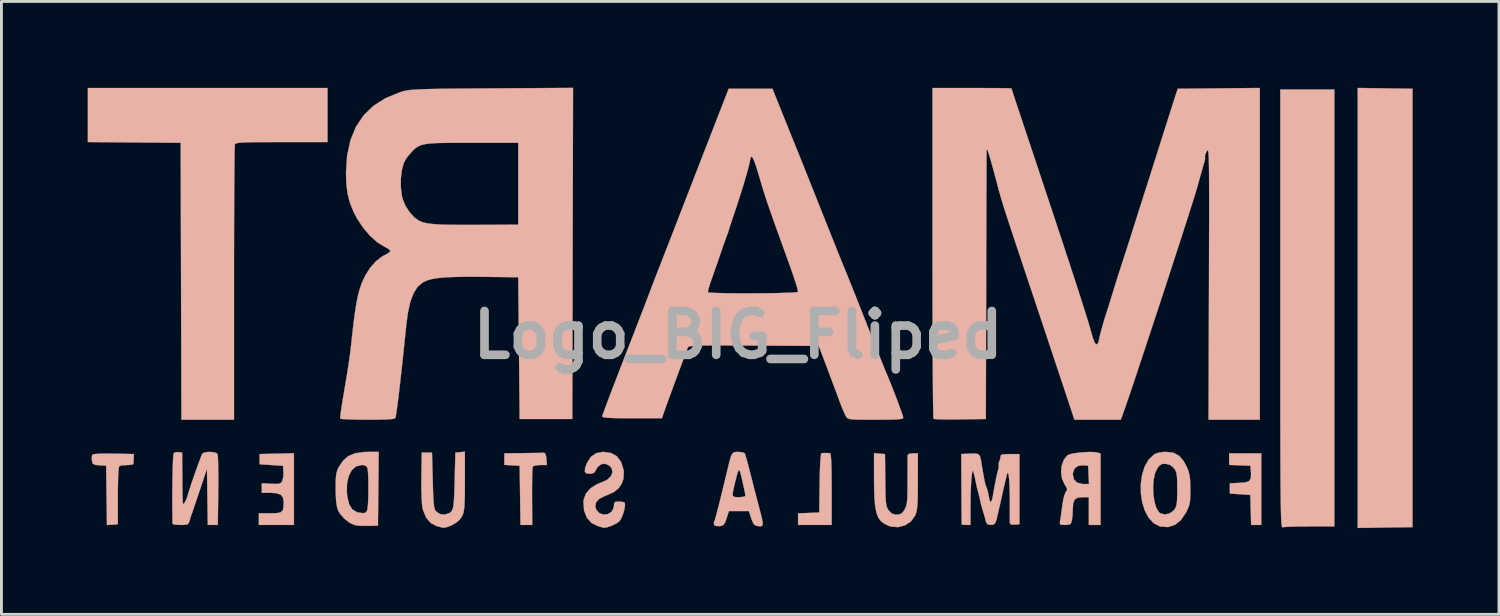
<source format=kicad_pcb>
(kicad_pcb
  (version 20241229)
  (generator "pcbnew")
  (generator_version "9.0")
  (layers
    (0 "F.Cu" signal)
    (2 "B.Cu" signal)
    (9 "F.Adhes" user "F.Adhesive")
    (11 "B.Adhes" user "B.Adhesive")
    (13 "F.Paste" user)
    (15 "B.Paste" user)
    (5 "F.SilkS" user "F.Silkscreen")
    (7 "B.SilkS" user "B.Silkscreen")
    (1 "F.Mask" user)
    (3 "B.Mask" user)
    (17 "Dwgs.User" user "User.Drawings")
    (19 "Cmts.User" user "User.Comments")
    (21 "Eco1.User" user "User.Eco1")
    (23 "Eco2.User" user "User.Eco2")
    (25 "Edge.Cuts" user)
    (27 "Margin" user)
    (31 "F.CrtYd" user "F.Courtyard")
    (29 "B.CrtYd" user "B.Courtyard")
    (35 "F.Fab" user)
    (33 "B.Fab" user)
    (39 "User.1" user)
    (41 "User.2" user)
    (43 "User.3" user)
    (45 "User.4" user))
  (footprint "Logo_BIG_Fliped"
    (layer "F.Cu")
    (at 22.611 8.595)
    (property "Reference" "Logo_BIG_Fliped" (at 0 0 0) (layer "F.Fab") (effects (font (size 1.524 1.524) (thickness 0.3))))
    (attr smd)
    (fp_poly (pts (xy 23.444 -8.56) (xy 23.444 6.68) (xy 22.492 6.694) (xy 21.539 6.708) (xy 21.539 -8.587) (xy 23.444 -8.56)) (stroke (width 0.01) (type solid)) (fill yes) (layer "B.SilkS"))
    (fp_poly (pts (xy 18.186 6.604) (xy 17.834 6.604) (xy 17.805 5.563) (xy 17.094 5.512) (xy 17.094 5.156) (xy 17.437 5.141) (xy 17.643 5.123) (xy 17.765 5.077) (xy 17.822 4.985) (xy 17.83 4.827) (xy 17.822 4.719) (xy 17.805 4.547) (xy 17.069 4.517) (xy 17.069 4.115) (xy 18.186 4.115) (xy 18.186 6.604)) (stroke (width 0.01) (type solid)) (fill yes) (layer "B.SilkS"))
    (fp_poly (pts (xy 3.158 4.106) (xy 3.2 4.109) (xy 3.218 4.161) (xy 3.231 4.31) (xy 3.242 4.55) (xy 3.248 4.877) (xy 3.251 5.286) (xy 3.251 5.359) (xy 3.251 6.604) (xy 2.083 6.604) (xy 2.083 6.202) (xy 2.451 6.187) (xy 2.819 6.172) (xy 2.833 5.144) (xy 2.84 4.79) (xy 2.851 4.5) (xy 2.865 4.283) (xy 2.881 4.15) (xy 2.897 4.109) (xy 2.986 4.104) (xy 3.048 4.104) (xy 3.158 4.106)) (stroke (width 0.01) (type solid)) (fill yes) (layer "B.SilkS"))
    (fp_poly (pts (xy -6.697 4.138) (xy -6.668 4.267) (xy -6.665 4.305) (xy -6.649 4.521) (xy -6.877 4.521) (xy -7.022 4.532) (xy -7.12 4.559) (xy -7.138 4.574) (xy -7.148 4.639) (xy -7.156 4.789) (xy -7.162 5.007) (xy -7.165 5.278) (xy -7.165 5.584) (xy -7.165 5.615) (xy -7.159 6.604) (xy -7.567 6.604) (xy -7.581 5.575) (xy -7.595 4.547) (xy -8.128 4.516) (xy -8.128 4.115) (xy -7.468 4.107) (xy -7.215 4.104) (xy -6.996 4.101) (xy -6.834 4.097) (xy -6.748 4.095) (xy -6.744 4.094) (xy -6.697 4.138)) (stroke (width 0.01) (type solid)) (fill yes) (layer "B.SilkS"))
    (fp_poly (pts (xy -21.713 4.126) (xy -21.006 4.14) (xy -21.013 4.293) (xy -21.02 4.414) (xy -21.026 4.483) (xy -21.075 4.507) (xy -21.191 4.52) (xy -21.247 4.522) (xy -21.393 4.531) (xy -21.497 4.552) (xy -21.514 4.56) (xy -21.532 4.623) (xy -21.546 4.778) (xy -21.557 5.014) (xy -21.563 5.32) (xy -21.565 5.588) (xy -21.565 6.579) (xy -21.943 6.61) (xy -21.971 4.547) (xy -22.207 4.531) (xy -22.352 4.516) (xy -22.426 4.483) (xy -22.457 4.412) (xy -22.465 4.367) (xy -22.47 4.243) (xy -22.453 4.165) (xy -22.387 4.142) (xy -22.225 4.128) (xy -21.973 4.123) (xy -21.713 4.126)) (stroke (width 0.01) (type solid)) (fill yes) (layer "B.SilkS"))
    (fp_poly (pts (xy -15.443 6.604) (xy -16.662 6.604) (xy -16.662 6.198) (xy -16.262 6.198) (xy -16.044 6.193) (xy -15.909 6.168) (xy -15.836 6.107) (xy -15.806 5.992) (xy -15.799 5.808) (xy -15.799 5.808) (xy -15.824 5.65) (xy -15.906 5.55) (xy -16.061 5.499) (xy -16.26 5.486) (xy -16.561 5.486) (xy -16.561 5.156) (xy -16.235 5.173) (xy -16.054 5.179) (xy -15.946 5.167) (xy -15.885 5.133) (xy -15.851 5.082) (xy -15.817 4.963) (xy -15.807 4.802) (xy -15.809 4.761) (xy -15.824 4.547) (xy -16.637 4.496) (xy -16.637 4.14) (xy -16.04 4.126) (xy -15.443 4.112) (xy -15.443 6.604)) (stroke (width 0.01) (type solid)) (fill yes) (layer "B.SilkS"))
    (fp_poly (pts (xy 20.726 6.655) (xy 19.867 6.655) (xy 19.577 6.657) (xy 19.319 6.661) (xy 19.111 6.669) (xy 18.973 6.678) (xy 18.927 6.686) (xy 18.916 6.683) (xy 18.906 6.665) (xy 18.898 6.625) (xy 18.89 6.56) (xy 18.882 6.464) (xy 18.876 6.333) (xy 18.871 6.162) (xy 18.866 5.947) (xy 18.862 5.683) (xy 18.858 5.365) (xy 18.855 4.988) (xy 18.853 4.548) (xy 18.851 4.04) (xy 18.85 3.46) (xy 18.848 2.802) (xy 18.848 2.063) (xy 18.847 1.237) (xy 18.847 0.319) (xy 18.847 -0.694) (xy 18.847 -0.909) (xy 18.847 -8.534) (xy 20.726 -8.534) (xy 20.726 6.655)) (stroke (width 0.01) (type solid)) (fill yes) (layer "B.SilkS"))
    (fp_poly (pts (xy -14.275 -6.706) (xy -15.87 -6.706) (xy -16.319 -6.705) (xy -16.677 -6.703) (xy -16.954 -6.7) (xy -17.16 -6.694) (xy -17.306 -6.685) (xy -17.403 -6.673) (xy -17.461 -6.657) (xy -17.489 -6.637) (xy -17.495 -6.625) (xy -17.5 -6.564) (xy -17.504 -6.408) (xy -17.508 -6.165) (xy -17.512 -5.842) (xy -17.515 -5.446) (xy -17.518 -4.985) (xy -17.521 -4.465) (xy -17.523 -3.894) (xy -17.524 -3.278) (xy -17.526 -2.626) (xy -17.526 -1.945) (xy -17.526 -1.799) (xy -17.526 2.946) (xy -19.354 2.946) (xy -19.367 -1.867) (xy -19.38 -6.68) (xy -22.606 -6.707) (xy -22.606 -8.585) (xy -14.275 -8.585) (xy -14.275 -6.706)) (stroke (width 0.01) (type solid)) (fill yes) (layer "B.SilkS"))
    (fp_poly (pts (xy -9.5 5.02) (xy -9.501 5.401) (xy -9.505 5.696) (xy -9.514 5.918) (xy -9.531 6.082) (xy -9.557 6.204) (xy -9.595 6.296) (xy -9.646 6.375) (xy -9.696 6.436) (xy -9.811 6.531) (xy -9.967 6.619) (xy -10.127 6.682) (xy -10.25 6.702) (xy -10.262 6.7) (xy -10.323 6.685) (xy -10.442 6.654) (xy -10.479 6.644) (xy -10.685 6.539) (xy -10.847 6.349) (xy -10.956 6.086) (xy -10.973 6.017) (xy -10.99 5.879) (xy -11.004 5.664) (xy -11.012 5.396) (xy -11.014 5.098) (xy -11.012 4.928) (xy -10.998 4.089) (xy -10.643 4.089) (xy -10.617 5.062) (xy -10.607 5.405) (xy -10.597 5.661) (xy -10.584 5.845) (xy -10.568 5.972) (xy -10.546 6.057) (xy -10.518 6.113) (xy -10.495 6.142) (xy -10.354 6.23) (xy -10.184 6.244) (xy -10.026 6.185) (xy -9.977 6.142) (xy -9.943 6.094) (xy -9.917 6.029) (xy -9.898 5.93) (xy -9.883 5.784) (xy -9.871 5.574) (xy -9.861 5.287) (xy -9.855 5.062) (xy -9.83 4.089) (xy -9.5 4.058) (xy -9.5 5.02)) (stroke (width 0.01) (type solid)) (fill yes) (layer "B.SilkS"))
    (fp_poly (pts (xy -12.522 6.629) (xy -12.852 6.637) (xy -13.05 6.636) (xy -13.225 6.626) (xy -13.323 6.612) (xy -13.512 6.528) (xy -13.7 6.379) (xy -13.853 6.197) (xy -13.903 6.106) (xy -13.948 5.97) (xy -13.976 5.782) (xy -13.99 5.524) (xy -13.99 5.478) (xy -13.602 5.478) (xy -13.587 5.624) (xy -13.522 5.887) (xy -13.411 6.065) (xy -13.244 6.164) (xy -13.049 6.194) (xy -12.95 6.178) (xy -12.9 6.103) (xy -12.884 6.039) (xy -12.87 5.912) (xy -12.86 5.717) (xy -12.855 5.48) (xy -12.854 5.229) (xy -12.858 4.99) (xy -12.867 4.79) (xy -12.88 4.658) (xy -12.884 4.636) (xy -12.929 4.555) (xy -13.025 4.524) (xy -13.092 4.521) (xy -13.28 4.567) (xy -13.431 4.698) (xy -13.538 4.901) (xy -13.597 5.165) (xy -13.602 5.478) (xy -13.99 5.478) (xy -13.992 5.359) (xy -13.991 5.099) (xy -13.981 4.914) (xy -13.959 4.78) (xy -13.922 4.671) (xy -13.886 4.597) (xy -13.732 4.367) (xy -13.549 4.209) (xy -13.317 4.112) (xy -13.019 4.069) (xy -12.844 4.064) (xy -12.495 4.064) (xy -12.522 6.629)) (stroke (width 0.01) (type solid)) (fill yes) (layer "B.SilkS"))
    (fp_poly (pts (xy 5.105 4.14) (xy 5.115 5.042) (xy 5.119 5.369) (xy 5.125 5.611) (xy 5.135 5.784) (xy 5.15 5.905) (xy 5.173 5.99) (xy 5.206 6.056) (xy 5.232 6.096) (xy 5.341 6.208) (xy 5.472 6.247) (xy 5.51 6.248) (xy 5.635 6.231) (xy 5.724 6.161) (xy 5.784 6.071) (xy 5.824 5.995) (xy 5.852 5.91) (xy 5.871 5.798) (xy 5.882 5.642) (xy 5.887 5.422) (xy 5.889 5.122) (xy 5.889 5.068) (xy 5.889 4.785) (xy 5.89 4.536) (xy 5.89 4.339) (xy 5.891 4.213) (xy 5.891 4.178) (xy 5.939 4.133) (xy 6.063 4.115) (xy 6.071 4.115) (xy 6.248 4.115) (xy 6.247 5.093) (xy 6.246 5.443) (xy 6.241 5.708) (xy 6.232 5.904) (xy 6.217 6.049) (xy 6.195 6.158) (xy 6.165 6.248) (xy 6.15 6.283) (xy 6.008 6.481) (xy 5.805 6.616) (xy 5.565 6.68) (xy 5.316 6.662) (xy 5.246 6.64) (xy 5.089 6.568) (xy 4.966 6.475) (xy 4.873 6.35) (xy 4.807 6.179) (xy 4.763 5.95) (xy 4.738 5.651) (xy 4.727 5.27) (xy 4.725 5.039) (xy 4.724 4.109) (xy 5.105 4.14)) (stroke (width 0.01) (type solid)) (fill yes) (layer "B.SilkS"))
    (fp_poly (pts (xy 12.387 4.072) (xy 12.466 4.083) (xy 12.598 4.117) (xy 12.598 6.604) (xy 12.192 6.604) (xy 12.192 5.639) (xy 11.965 5.639) (xy 11.799 5.657) (xy 11.698 5.723) (xy 11.647 5.853) (xy 11.633 6.061) (xy 11.626 6.244) (xy 11.607 6.413) (xy 11.601 6.445) (xy 11.571 6.548) (xy 11.513 6.593) (xy 11.392 6.604) (xy 11.367 6.604) (xy 11.238 6.6) (xy 11.186 6.571) (xy 11.186 6.493) (xy 11.196 6.439) (xy 11.218 6.305) (xy 11.245 6.112) (xy 11.273 5.901) (xy 11.274 5.898) (xy 11.306 5.705) (xy 11.349 5.546) (xy 11.392 5.453) (xy 11.395 5.448) (xy 11.436 5.39) (xy 11.426 5.322) (xy 11.359 5.21) (xy 11.348 5.194) (xy 11.258 4.992) (xy 11.237 4.843) (xy 11.633 4.843) (xy 11.673 5.023) (xy 11.788 5.137) (xy 11.976 5.181) (xy 11.999 5.182) (xy 12.197 5.182) (xy 12.167 4.547) (xy 11.997 4.53) (xy 11.814 4.553) (xy 11.688 4.652) (xy 11.634 4.814) (xy 11.633 4.843) (xy 11.237 4.843) (xy 11.226 4.762) (xy 11.249 4.533) (xy 11.324 4.332) (xy 11.447 4.187) (xy 11.486 4.163) (xy 11.601 4.127) (xy 11.783 4.098) (xy 11.997 4.077) (xy 12.21 4.067) (xy 12.387 4.072)) (stroke (width 0.01) (type solid)) (fill yes) (layer "B.SilkS"))
    (fp_poly (pts (xy 15.131 4.095) (xy 15.326 4.196) (xy 15.484 4.377) (xy 15.587 4.567) (xy 15.65 4.719) (xy 15.689 4.861) (xy 15.711 5.028) (xy 15.719 5.251) (xy 15.72 5.363) (xy 15.719 5.606) (xy 15.708 5.778) (xy 15.682 5.912) (xy 15.635 6.039) (xy 15.57 6.173) (xy 15.396 6.43) (xy 15.184 6.6) (xy 14.944 6.678) (xy 14.685 6.66) (xy 14.654 6.652) (xy 14.441 6.54) (xy 14.267 6.35) (xy 14.135 6.102) (xy 14.046 5.812) (xy 14 5.498) (xy 13.999 5.292) (xy 14.426 5.292) (xy 14.437 5.56) (xy 14.476 5.81) (xy 14.541 6.02) (xy 14.631 6.164) (xy 14.673 6.197) (xy 14.835 6.241) (xy 15.006 6.202) (xy 15.149 6.092) (xy 15.159 6.08) (xy 15.206 6.005) (xy 15.237 5.916) (xy 15.255 5.793) (xy 15.263 5.612) (xy 15.265 5.359) (xy 15.263 5.101) (xy 15.255 4.922) (xy 15.236 4.8) (xy 15.205 4.712) (xy 15.159 4.639) (xy 15.022 4.519) (xy 14.872 4.48) (xy 14.741 4.484) (xy 14.649 4.537) (xy 14.575 4.63) (xy 14.493 4.803) (xy 14.444 5.032) (xy 14.426 5.292) (xy 13.999 5.292) (xy 13.998 5.176) (xy 14.042 4.864) (xy 14.131 4.579) (xy 14.268 4.338) (xy 14.453 4.16) (xy 14.514 4.123) (xy 14.628 4.088) (xy 14.795 4.067) (xy 14.886 4.064) (xy 15.131 4.095)) (stroke (width 0.01) (type solid)) (fill yes) (layer "B.SilkS"))
    (fp_poly (pts (xy -18.267 4.071) (xy -18.147 4.101) (xy -18.1 4.136) (xy -18.089 4.206) (xy -18.081 4.362) (xy -18.075 4.589) (xy -18.072 4.873) (xy -18.072 5.197) (xy -18.074 5.406) (xy -18.088 6.604) (xy -18.438 6.604) (xy -18.452 5.628) (xy -18.466 4.652) (xy -18.712 5.387) (xy -18.8 5.648) (xy -18.878 5.879) (xy -18.939 6.06) (xy -18.978 6.173) (xy -18.987 6.198) (xy -19.016 6.275) (xy -19.037 6.342) (xy -19.068 6.45) (xy -19.072 6.464) (xy -19.103 6.545) (xy -19.157 6.587) (xy -19.262 6.602) (xy -19.386 6.604) (xy -19.537 6.598) (xy -19.637 6.581) (xy -19.661 6.566) (xy -19.668 6.317) (xy -19.671 6.026) (xy -19.672 5.707) (xy -19.67 5.379) (xy -19.666 5.057) (xy -19.66 4.757) (xy -19.652 4.496) (xy -19.643 4.29) (xy -19.632 4.154) (xy -19.622 4.107) (xy -19.535 4.073) (xy -19.45 4.072) (xy -19.329 4.089) (xy -19.322 4.928) (xy -19.32 5.272) (xy -19.317 5.526) (xy -19.313 5.702) (xy -19.307 5.811) (xy -19.298 5.866) (xy -19.285 5.879) (xy -19.265 5.86) (xy -19.239 5.821) (xy -19.235 5.815) (xy -19.169 5.683) (xy -19.139 5.588) (xy -19.111 5.486) (xy -19.057 5.317) (xy -18.986 5.104) (xy -18.905 4.869) (xy -18.822 4.633) (xy -18.744 4.419) (xy -18.68 4.249) (xy -18.637 4.145) (xy -18.628 4.128) (xy -18.549 4.084) (xy -18.415 4.065) (xy -18.267 4.071)) (stroke (width 0.01) (type solid)) (fill yes) (layer "B.SilkS"))
    (fp_poly (pts (xy -4.422 4.101) (xy -4.218 4.215) (xy -4.074 4.409) (xy -4.061 4.436) (xy -3.975 4.724) (xy -3.987 4.997) (xy -4.046 5.165) (xy -4.152 5.327) (xy -4.309 5.454) (xy -4.54 5.562) (xy -4.62 5.591) (xy -4.826 5.693) (xy -4.942 5.823) (xy -4.965 5.974) (xy -4.926 6.083) (xy -4.813 6.201) (xy -4.669 6.246) (xy -4.521 6.224) (xy -4.397 6.142) (xy -4.326 6.007) (xy -4.318 5.936) (xy -4.307 5.838) (xy -4.253 5.798) (xy -4.143 5.791) (xy -4.019 5.801) (xy -3.947 5.826) (xy -3.944 5.83) (xy -3.933 5.922) (xy -3.956 6.069) (xy -4.005 6.235) (xy -4.068 6.385) (xy -4.126 6.473) (xy -4.231 6.55) (xy -4.382 6.625) (xy -4.539 6.681) (xy -4.659 6.702) (xy -4.674 6.701) (xy -4.735 6.685) (xy -4.852 6.652) (xy -4.876 6.646) (xy -5.1 6.533) (xy -5.262 6.347) (xy -5.357 6.101) (xy -5.378 5.809) (xy -5.369 5.724) (xy -5.292 5.512) (xy -5.13 5.326) (xy -4.898 5.182) (xy -4.764 5.132) (xy -4.558 5.038) (xy -4.424 4.913) (xy -4.368 4.773) (xy -4.399 4.633) (xy -4.466 4.551) (xy -4.611 4.477) (xy -4.76 4.492) (xy -4.884 4.591) (xy -4.924 4.661) (xy -4.992 4.776) (xy -5.083 4.821) (xy -5.165 4.826) (xy -5.282 4.808) (xy -5.332 4.744) (xy -5.319 4.622) (xy -5.259 4.456) (xy -5.123 4.239) (xy -4.934 4.108) (xy -4.691 4.064) (xy -4.69 4.064) (xy -4.422 4.101)) (stroke (width 0.01) (type solid)) (fill yes) (layer "B.SilkS"))
    (fp_poly (pts (xy 0.136 4.077) (xy 0.221 4.108) (xy 0.23 4.116) (xy 0.253 4.183) (xy 0.296 4.328) (xy 0.351 4.532) (xy 0.415 4.776) (xy 0.431 4.84) (xy 0.509 5.147) (xy 0.592 5.473) (xy 0.672 5.779) (xy 0.732 6.008) (xy 0.801 6.272) (xy 0.843 6.454) (xy 0.856 6.567) (xy 0.841 6.627) (xy 0.797 6.649) (xy 0.722 6.647) (xy 0.703 6.645) (xy 0.603 6.625) (xy 0.539 6.571) (xy 0.485 6.456) (xy 0.457 6.375) (xy 0.372 6.121) (xy -0.322 6.121) (xy -0.402 6.375) (xy -0.457 6.527) (xy -0.511 6.605) (xy -0.59 6.638) (xy -0.643 6.645) (xy -0.764 6.641) (xy -0.836 6.608) (xy -0.836 6.607) (xy -0.844 6.52) (xy -0.833 6.494) (xy -0.807 6.423) (xy -0.761 6.259) (xy -0.694 6.002) (xy -0.605 5.65) (xy -0.568 5.497) (xy -0.189 5.497) (xy -0.187 5.585) (xy -0.148 5.626) (xy -0.07 5.638) (xy 0.025 5.639) (xy 0.162 5.629) (xy 0.244 5.605) (xy 0.254 5.591) (xy 0.243 5.521) (xy 0.215 5.382) (xy 0.177 5.205) (xy 0.135 5.021) (xy 0.096 4.861) (xy 0.069 4.759) (xy 0.045 4.7) (xy 0.02 4.699) (xy -0.011 4.766) (xy -0.054 4.913) (xy -0.104 5.113) (xy -0.16 5.346) (xy -0.189 5.497) (xy -0.568 5.497) (xy -0.496 5.202) (xy -0.365 4.656) (xy -0.357 4.623) (xy -0.298 4.382) (xy -0.251 4.222) (xy -0.206 4.128) (xy -0.151 4.081) (xy -0.077 4.066) (xy 0.002 4.064) (xy 0.136 4.077)) (stroke (width 0.01) (type solid)) (fill yes) (layer "B.SilkS"))
    (fp_poly (pts (xy 8.347 4.142) (xy 8.406 4.21) (xy 8.441 4.345) (xy 8.462 4.478) (xy 8.486 4.629) (xy 8.507 4.75) (xy 8.529 4.866) (xy 8.557 5.022) (xy 8.563 5.055) (xy 8.595 5.196) (xy 8.629 5.295) (xy 8.637 5.309) (xy 8.666 5.386) (xy 8.696 5.524) (xy 8.709 5.602) (xy 8.742 5.756) (xy 8.778 5.81) (xy 8.816 5.763) (xy 8.853 5.617) (xy 8.859 5.577) (xy 8.886 5.411) (xy 8.912 5.271) (xy 8.917 5.245) (xy 8.946 5.095) (xy 8.96 5.016) (xy 8.987 4.889) (xy 9.027 4.732) (xy 9.032 4.715) (xy 9.059 4.589) (xy 9.061 4.51) (xy 9.058 4.503) (xy 9.058 4.445) (xy 9.075 4.41) (xy 9.112 4.304) (xy 9.119 4.242) (xy 9.129 4.187) (xy 9.175 4.156) (xy 9.279 4.143) (xy 9.449 4.14) (xy 9.779 4.14) (xy 9.779 6.579) (xy 9.614 6.595) (xy 9.485 6.588) (xy 9.446 6.544) (xy 9.445 6.47) (xy 9.445 6.316) (xy 9.445 6.103) (xy 9.445 5.854) (xy 9.445 5.817) (xy 9.442 5.486) (xy 9.433 5.206) (xy 9.418 4.989) (xy 9.399 4.845) (xy 9.376 4.787) (xy 9.366 4.79) (xy 9.346 4.848) (xy 9.309 4.985) (xy 9.262 5.183) (xy 9.208 5.421) (xy 9.167 5.613) (xy 9.142 5.725) (xy 9.106 5.883) (xy 9.091 5.944) (xy 9.055 6.099) (xy 9.028 6.22) (xy 9.022 6.248) (xy 8.978 6.436) (xy 8.933 6.544) (xy 8.872 6.593) (xy 8.784 6.604) (xy 8.671 6.584) (xy 8.617 6.502) (xy 8.607 6.464) (xy 8.567 6.306) (xy 8.534 6.198) (xy 8.488 6.047) (xy 8.443 5.882) (xy 8.412 5.749) (xy 8.406 5.715) (xy 8.389 5.637) (xy 8.355 5.505) (xy 8.343 5.461) (xy 8.299 5.288) (xy 8.265 5.126) (xy 8.261 5.105) (xy 8.226 4.937) (xy 8.19 4.801) (xy 8.166 4.729) (xy 8.148 4.725) (xy 8.132 4.799) (xy 8.112 4.963) (xy 8.111 4.973) (xy 8.098 5.155) (xy 8.087 5.404) (xy 8.08 5.687) (xy 8.077 5.951) (xy 8.077 6.604) (xy 7.925 6.604) (xy 7.817 6.6) (xy 7.77 6.591) (xy 7.77 6.591) (xy 7.77 6.539) (xy 7.769 6.399) (xy 7.767 6.186) (xy 7.765 5.914) (xy 7.764 5.596) (xy 7.762 5.359) (xy 7.756 4.14) (xy 8.065 4.125) (xy 8.241 4.121) (xy 8.347 4.142)) (stroke (width 0.01) (type solid)) (fill yes) (layer "B.SilkS"))
    (fp_poly (pts (xy -5.766 2.921) (xy -7.595 2.921) (xy -7.645 -2.007) (xy -8.89 -2.021) (xy -9.403 -2.024) (xy -9.826 -2.018) (xy -10.169 -2.003) (xy -10.443 -1.978) (xy -10.659 -1.941) (xy -10.828 -1.892) (xy -10.959 -1.83) (xy -10.965 -1.826) (xy -11.142 -1.675) (xy -11.285 -1.452) (xy -11.397 -1.151) (xy -11.482 -0.764) (xy -11.531 -0.399) (xy -11.555 -0.164) (xy -11.587 0.136) (xy -11.621 0.463) (xy -11.654 0.781) (xy -11.658 0.813) (xy -11.699 1.195) (xy -11.741 1.571) (xy -11.782 1.927) (xy -11.821 2.247) (xy -11.856 2.518) (xy -11.885 2.725) (xy -11.906 2.852) (xy -11.913 2.883) (xy -11.948 2.907) (xy -12.042 2.924) (xy -12.204 2.936) (xy -12.446 2.943) (xy -12.776 2.946) (xy -12.873 2.946) (xy -13.171 2.944) (xy -13.433 2.939) (xy -13.642 2.931) (xy -13.781 2.92) (xy -13.835 2.908) (xy -13.833 2.849) (xy -13.816 2.705) (xy -13.785 2.494) (xy -13.743 2.231) (xy -13.692 1.932) (xy -13.688 1.907) (xy -13.63 1.565) (xy -13.574 1.219) (xy -13.525 0.896) (xy -13.487 0.624) (xy -13.467 0.459) (xy -13.411 -0.058) (xy -13.361 -0.487) (xy -13.313 -0.841) (xy -13.266 -1.132) (xy -13.216 -1.374) (xy -13.162 -1.579) (xy -13.1 -1.761) (xy -13.028 -1.932) (xy -12.955 -2.08) (xy -12.791 -2.34) (xy -12.587 -2.567) (xy -12.369 -2.735) (xy -12.286 -2.778) (xy -12.165 -2.844) (xy -12.096 -2.905) (xy -12.09 -2.921) (xy -12.133 -2.974) (xy -12.239 -3.041) (xy -12.293 -3.067) (xy -12.539 -3.217) (xy -12.793 -3.444) (xy -13.035 -3.727) (xy -13.248 -4.046) (xy -13.366 -4.273) (xy -13.495 -4.592) (xy -13.577 -4.906) (xy -13.606 -5.132) (xy -11.726 -5.132) (xy -11.689 -4.834) (xy -11.668 -4.745) (xy -11.576 -4.512) (xy -11.432 -4.282) (xy -11.259 -4.09) (xy -11.105 -3.977) (xy -11.006 -3.933) (xy -10.89 -3.898) (xy -10.744 -3.872) (xy -10.558 -3.852) (xy -10.319 -3.838) (xy -10.016 -3.831) (xy -9.637 -3.827) (xy -9.171 -3.828) (xy -9.068 -3.828) (xy -7.645 -3.835) (xy -7.645 -6.68) (xy -9.271 -6.68) (xy -9.746 -6.68) (xy -10.132 -6.679) (xy -10.44 -6.673) (xy -10.682 -6.66) (xy -10.871 -6.637) (xy -11.018 -6.601) (xy -11.135 -6.55) (xy -11.235 -6.48) (xy -11.328 -6.39) (xy -11.428 -6.275) (xy -11.527 -6.156) (xy -11.624 -5.979) (xy -11.691 -5.732) (xy -11.726 -5.44) (xy -11.726 -5.132) (xy -13.606 -5.132) (xy -13.621 -5.249) (xy -13.633 -5.639) (xy -13.593 -6.239) (xy -13.478 -6.771) (xy -13.287 -7.237) (xy -13.019 -7.636) (xy -12.675 -7.969) (xy -12.253 -8.236) (xy -11.753 -8.439) (xy -11.659 -8.468) (xy -11.583 -8.487) (xy -11.493 -8.504) (xy -11.382 -8.518) (xy -11.241 -8.529) (xy -11.06 -8.539) (xy -10.831 -8.547) (xy -10.546 -8.554) (xy -10.195 -8.559) (xy -9.77 -8.564) (xy -9.263 -8.568) (xy -8.664 -8.572) (xy -8.547 -8.573) (xy -5.74 -8.59) (xy -5.766 2.921)) (stroke (width 0.01) (type solid)) (fill yes) (layer "B.SilkS"))
    (fp_poly (pts (xy 18.136 2.946) (xy 16.353 2.946) (xy 16.368 -1.796) (xy 16.37 -2.596) (xy 16.372 -3.301) (xy 16.374 -3.916) (xy 16.374 -4.447) (xy 16.374 -4.899) (xy 16.373 -5.28) (xy 16.371 -5.593) (xy 16.368 -5.847) (xy 16.364 -6.045) (xy 16.359 -6.195) (xy 16.352 -6.301) (xy 16.344 -6.37) (xy 16.334 -6.408) (xy 16.322 -6.421) (xy 16.309 -6.413) (xy 16.294 -6.392) (xy 16.293 -6.39) (xy 16.239 -6.279) (xy 16.227 -6.205) (xy 16.229 -6.2) (xy 16.233 -6.126) (xy 16.208 -6.013) (xy 16.178 -5.914) (xy 16.128 -5.738) (xy 16.062 -5.507) (xy 15.988 -5.24) (xy 15.95 -5.105) (xy 15.907 -4.96) (xy 15.836 -4.728) (xy 15.738 -4.42) (xy 15.619 -4.046) (xy 15.48 -3.615) (xy 15.326 -3.138) (xy 15.159 -2.625) (xy 14.984 -2.085) (xy 14.802 -1.529) (xy 14.618 -0.967) (xy 14.434 -0.409) (xy 14.254 0.136) (xy 14.082 0.657) (xy 13.92 1.144) (xy 13.773 1.587) (xy 13.642 1.976) (xy 13.531 2.302) (xy 13.445 2.553) (xy 13.385 2.721) (xy 13.381 2.731) (xy 13.301 2.946) (xy 11.691 2.946) (xy 11.282 1.714) (xy 11.177 1.399) (xy 11.045 1.004) (xy 10.893 0.547) (xy 10.727 0.047) (xy 10.551 -0.48) (xy 10.372 -1.016) (xy 10.196 -1.544) (xy 10.109 -1.803) (xy 9.914 -2.388) (xy 9.748 -2.886) (xy 9.608 -3.305) (xy 9.492 -3.657) (xy 9.395 -3.95) (xy 9.316 -4.193) (xy 9.251 -4.396) (xy 9.197 -4.569) (xy 9.151 -4.72) (xy 9.111 -4.859) (xy 9.073 -4.995) (xy 9.034 -5.138) (xy 8.992 -5.297) (xy 8.968 -5.385) (xy 8.867 -5.764) (xy 8.787 -6.052) (xy 8.727 -6.257) (xy 8.684 -6.384) (xy 8.657 -6.442) (xy 8.642 -6.438) (xy 8.637 -6.401) (xy 8.637 -6.332) (xy 8.636 -6.169) (xy 8.634 -5.92) (xy 8.633 -5.591) (xy 8.632 -5.19) (xy 8.63 -4.725) (xy 8.628 -4.202) (xy 8.627 -3.63) (xy 8.625 -3.016) (xy 8.623 -2.366) (xy 8.622 -1.69) (xy 8.622 -1.676) (xy 8.611 2.921) (xy 7.718 2.935) (xy 7.427 2.937) (xy 7.172 2.936) (xy 6.969 2.931) (xy 6.836 2.923) (xy 6.791 2.914) (xy 6.787 2.859) (xy 6.782 2.71) (xy 6.778 2.471) (xy 6.774 2.151) (xy 6.771 1.755) (xy 6.767 1.289) (xy 6.764 0.761) (xy 6.762 0.176) (xy 6.76 -0.459) (xy 6.758 -1.137) (xy 6.757 -1.853) (xy 6.756 -2.599) (xy 6.756 -2.853) (xy 6.756 -8.585) (xy 8.128 -8.585) (xy 8.489 -8.585) (xy 8.815 -8.583) (xy 9.092 -8.582) (xy 9.307 -8.579) (xy 9.448 -8.576) (xy 9.5 -8.573) (xy 9.5 -8.572) (xy 9.516 -8.523) (xy 9.56 -8.389) (xy 9.628 -8.181) (xy 9.718 -7.911) (xy 9.825 -7.59) (xy 9.945 -7.23) (xy 10.026 -6.985) (xy 10.379 -5.928) (xy 10.699 -4.964) (xy 10.988 -4.094) (xy 11.246 -3.314) (xy 11.473 -2.623) (xy 11.671 -2.018) (xy 11.84 -1.499) (xy 11.98 -1.063) (xy 12.092 -0.708) (xy 12.177 -0.433) (xy 12.235 -0.236) (xy 12.258 -0.152) (xy 12.331 0.103) (xy 12.394 0.264) (xy 12.446 0.329) (xy 12.452 0.33) (xy 12.51 0.287) (xy 12.537 0.203) (xy 12.561 0.082) (xy 12.609 -0.107) (xy 12.672 -0.337) (xy 12.743 -0.58) (xy 12.815 -0.806) (xy 12.825 -0.838) (xy 12.871 -0.98) (xy 12.935 -1.183) (xy 13.006 -1.412) (xy 13.032 -1.499) (xy 13.116 -1.772) (xy 13.211 -2.075) (xy 13.3 -2.349) (xy 13.312 -2.388) (xy 13.375 -2.581) (xy 13.461 -2.845) (xy 13.56 -3.154) (xy 13.665 -3.483) (xy 13.745 -3.734) (xy 13.859 -4.095) (xy 13.985 -4.492) (xy 14.111 -4.886) (xy 14.224 -5.242) (xy 14.277 -5.41) (xy 14.379 -5.728) (xy 14.499 -6.106) (xy 14.626 -6.506) (xy 14.748 -6.892) (xy 14.81 -7.087) (xy 14.908 -7.397) (xy 15.003 -7.694) (xy 15.086 -7.957) (xy 15.153 -8.163) (xy 15.19 -8.28) (xy 15.282 -8.56) (xy 16.709 -8.573) (xy 18.136 -8.587) (xy 18.136 2.946)) (stroke (width 0.01) (type solid)) (fill yes) (layer "B.SilkS"))
    (fp_poly (pts (xy 1.58 -7.595) (xy 1.705 -7.284) (xy 1.824 -6.988) (xy 1.93 -6.726) (xy 2.014 -6.519) (xy 2.069 -6.384) (xy 2.073 -6.375) (xy 2.115 -6.271) (xy 2.19 -6.084) (xy 2.293 -5.828) (xy 2.418 -5.513) (xy 2.561 -5.153) (xy 2.718 -4.76) (xy 2.882 -4.346) (xy 2.894 -4.318) (xy 3.058 -3.904) (xy 3.215 -3.512) (xy 3.358 -3.153) (xy 3.484 -2.839) (xy 3.587 -2.583) (xy 3.663 -2.396) (xy 3.707 -2.29) (xy 3.709 -2.286) (xy 3.751 -2.183) (xy 3.826 -1.999) (xy 3.927 -1.748) (xy 4.049 -1.441) (xy 4.187 -1.094) (xy 4.336 -0.718) (xy 4.419 -0.508) (xy 4.571 -0.123) (xy 4.716 0.241) (xy 4.848 0.572) (xy 4.961 0.855) (xy 5.051 1.077) (xy 5.111 1.225) (xy 5.13 1.27) (xy 5.214 1.468) (xy 5.31 1.704) (xy 5.411 1.96) (xy 5.51 2.217) (xy 5.599 2.456) (xy 5.672 2.658) (xy 5.722 2.804) (xy 5.74 2.875) (xy 5.74 2.876) (xy 5.724 2.901) (xy 5.666 2.92) (xy 5.556 2.933) (xy 5.38 2.941) (xy 5.127 2.945) (xy 4.784 2.946) (xy 4.781 2.946) (xy 4.447 2.946) (xy 4.199 2.944) (xy 4.024 2.938) (xy 3.908 2.927) (xy 3.834 2.91) (xy 3.79 2.884) (xy 3.759 2.848) (xy 3.749 2.832) (xy 3.699 2.733) (xy 3.628 2.568) (xy 3.548 2.367) (xy 3.518 2.286) (xy 3.441 2.077) (xy 3.34 1.804) (xy 3.225 1.5) (xy 3.111 1.195) (xy 3.082 1.118) (xy 2.803 0.381) (xy 0.544 0.368) (xy 0.004 0.365) (xy -0.442 0.363) (xy -0.805 0.363) (xy -1.092 0.364) (xy -1.314 0.368) (xy -1.478 0.374) (xy -1.595 0.382) (xy -1.671 0.394) (xy -1.718 0.409) (xy -1.742 0.427) (xy -1.752 0.444) (xy -1.79 0.543) (xy -1.856 0.718) (xy -1.943 0.952) (xy -2.044 1.224) (xy -2.153 1.516) (xy -2.261 1.81) (xy -2.362 2.086) (xy -2.45 2.326) (xy -2.516 2.51) (xy -2.549 2.603) (xy -2.651 2.896) (xy -3.688 2.896) (xy -4.067 2.894) (xy -4.352 2.888) (xy -4.551 2.878) (xy -4.672 2.863) (xy -4.722 2.843) (xy -4.724 2.837) (xy -4.71 2.783) (xy -4.668 2.659) (xy -4.595 2.46) (xy -4.491 2.183) (xy -4.355 1.825) (xy -4.185 1.384) (xy -3.98 0.855) (xy -3.739 0.235) (xy -3.697 0.127) (xy -3.444 -0.525) (xy -3.204 -1.149) (xy -3.069 -1.502) (xy -1.051 -1.502) (xy -1.049 -1.486) (xy -0.994 -1.474) (xy -0.852 -1.464) (xy -0.64 -1.457) (xy -0.373 -1.451) (xy -0.065 -1.448) (xy 0.269 -1.447) (xy 0.613 -1.448) (xy 0.953 -1.451) (xy 1.274 -1.455) (xy 1.561 -1.462) (xy 1.799 -1.47) (xy 1.974 -1.48) (xy 2.069 -1.492) (xy 2.082 -1.499) (xy 2.063 -1.602) (xy 2.006 -1.797) (xy 1.912 -2.081) (xy 1.782 -2.452) (xy 1.681 -2.733) (xy 1.496 -3.242) (xy 1.342 -3.67) (xy 1.214 -4.028) (xy 1.108 -4.33) (xy 1.019 -4.588) (xy 0.944 -4.815) (xy 0.877 -5.025) (xy 0.814 -5.231) (xy 0.751 -5.445) (xy 0.739 -5.486) (xy 0.643 -5.805) (xy 0.567 -6.028) (xy 0.507 -6.159) (xy 0.463 -6.203) (xy 0.432 -6.163) (xy 0.416 -6.085) (xy 0.388 -5.944) (xy 0.332 -5.725) (xy 0.252 -5.445) (xy 0.156 -5.123) (xy 0.046 -4.776) (xy -0.07 -4.421) (xy -0.086 -4.373) (xy -0.17 -4.123) (xy -0.242 -3.907) (xy -0.296 -3.742) (xy -0.325 -3.648) (xy -0.328 -3.636) (xy -0.355 -3.55) (xy -0.392 -3.454) (xy -0.431 -3.352) (xy -0.491 -3.182) (xy -0.564 -2.971) (xy -0.607 -2.845) (xy -0.7 -2.574) (xy -0.803 -2.278) (xy -0.897 -2.011) (xy -0.922 -1.943) (xy -0.987 -1.752) (xy -1.032 -1.596) (xy -1.051 -1.502) (xy -3.069 -1.502) (xy -3.032 -1.6) (xy -2.939 -1.844) (xy -2.825 -2.139) (xy -2.706 -2.443) (xy -2.629 -2.642) (xy -2.543 -2.86) (xy -2.43 -3.151) (xy -2.297 -3.493) (xy -2.154 -3.861) (xy -2.009 -4.236) (xy -1.938 -4.42) (xy -1.791 -4.798) (xy -1.618 -5.243) (xy -1.43 -5.728) (xy -1.238 -6.224) (xy -1.051 -6.704) (xy -0.902 -7.087) (xy -0.329 -8.56) (xy 1.192 -8.56) (xy 1.58 -7.595)) (stroke (width 0.01) (type solid)) (fill yes) (layer "B.SilkS")))
  (gr_rect
    (start -3 -3)
    (end 49.06 18.308)
    (stroke (width 0.1) (type default))
    (fill no)
    (layer "Edge.Cuts")))
</source>
